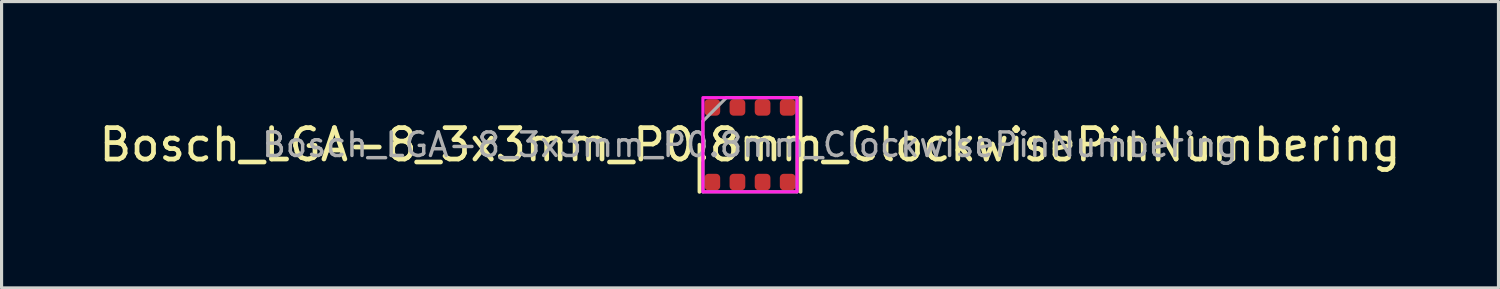
<source format=kicad_pcb>
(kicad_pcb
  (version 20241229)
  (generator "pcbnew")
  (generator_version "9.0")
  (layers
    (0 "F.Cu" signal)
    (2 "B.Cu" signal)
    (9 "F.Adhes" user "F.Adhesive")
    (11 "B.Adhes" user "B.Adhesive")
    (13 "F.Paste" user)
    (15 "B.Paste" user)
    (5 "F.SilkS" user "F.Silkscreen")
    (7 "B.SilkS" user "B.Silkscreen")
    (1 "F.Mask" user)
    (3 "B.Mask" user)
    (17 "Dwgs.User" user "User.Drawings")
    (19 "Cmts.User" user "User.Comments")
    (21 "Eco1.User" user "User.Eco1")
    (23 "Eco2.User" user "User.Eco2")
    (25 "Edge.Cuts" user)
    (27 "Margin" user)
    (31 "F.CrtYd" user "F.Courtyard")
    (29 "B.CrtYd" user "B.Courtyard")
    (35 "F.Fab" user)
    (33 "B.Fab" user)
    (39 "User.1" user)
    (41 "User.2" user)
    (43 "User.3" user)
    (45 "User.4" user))
  (footprint "Bosch_LGA-8_3x3mm_P0.8mm_ClockwisePinNumbering"
    (layer "F.Cu")
    (at 20.839 1.56)
    (property "Reference" "Bosch_LGA-8_3x3mm_P0.8mm_ClockwisePinNumbering" (at 0 0 0) (layer "F.SilkS") (effects (font (size 1 1) (thickness 0.15))))
    (attr smd)
    (fp_line (start -1.61 0) (end -1.61 1.5) (stroke (width 0.12) (type solid)) (layer "F.SilkS"))
    (fp_line (start 1.61 -1.5) (end 1.61 1.5) (stroke (width 0.12) (type solid)) (layer "F.SilkS"))
    (fp_rect (start -1.5 -1.5) (end 1.5 1.5) (stroke (width 0.1) (type default)) (fill no) (layer "F.CrtYd"))
    (fp_line (start -1.5 -0.75) (end -0.75 -1.5) (stroke (width 0.1) (type solid)) (layer "F.Fab"))
    (fp_line (start -1.5 1.5) (end -1.5 -0.75) (stroke (width 0.1) (type solid)) (layer "F.Fab"))
    (fp_line (start -0.75 -1.5) (end 1.5 -1.5) (stroke (width 0.1) (type solid)) (layer "F.Fab"))
    (fp_line (start 1.5 -1.5) (end 1.5 1.5) (stroke (width 0.1) (type solid)) (layer "F.Fab"))
    (fp_line (start 1.5 1.5) (end -1.5 1.5) (stroke (width 0.1) (type solid)) (layer "F.Fab"))
    (fp_text user "${REFERENCE}" (at 0 0 0) (layer "F.Fab") (effects (font (size 0.75 0.75) (thickness 0.11))))
    (pad "1" smd roundrect (at -1.2 -1.188) (size 0.5 0.525) (layers "F.Cu" "F.Mask" "F.Paste") (roundrect_rratio 0.25))
    (pad "2" smd roundrect (at -0.4 -1.188) (size 0.5 0.525) (layers "F.Cu" "F.Mask" "F.Paste") (roundrect_rratio 0.25))
    (pad "3" smd roundrect (at 0.4 -1.188) (size 0.5 0.525) (layers "F.Cu" "F.Mask" "F.Paste") (roundrect_rratio 0.25))
    (pad "4" smd roundrect (at 1.2 -1.188) (size 0.5 0.525) (layers "F.Cu" "F.Mask" "F.Paste") (roundrect_rratio 0.25))
    (pad "5" smd roundrect (at 1.2 1.188) (size 0.5 0.525) (layers "F.Cu" "F.Mask" "F.Paste") (roundrect_rratio 0.25))
    (pad "6" smd roundrect (at 0.4 1.188) (size 0.5 0.525) (layers "F.Cu" "F.Mask" "F.Paste") (roundrect_rratio 0.25))
    (pad "7" smd roundrect (at -0.4 1.188) (size 0.5 0.525) (layers "F.Cu" "F.Mask" "F.Paste") (roundrect_rratio 0.25))
    (pad "8" smd roundrect (at -1.2 1.188) (size 0.5 0.525) (layers "F.Cu" "F.Mask" "F.Paste") (roundrect_rratio 0.25)))
  (gr_rect
    (start -3 -3)
    (end 44.679 6.12)
    (stroke (width 0.1) (type default))
    (fill no)
    (layer "Edge.Cuts")))
</source>
